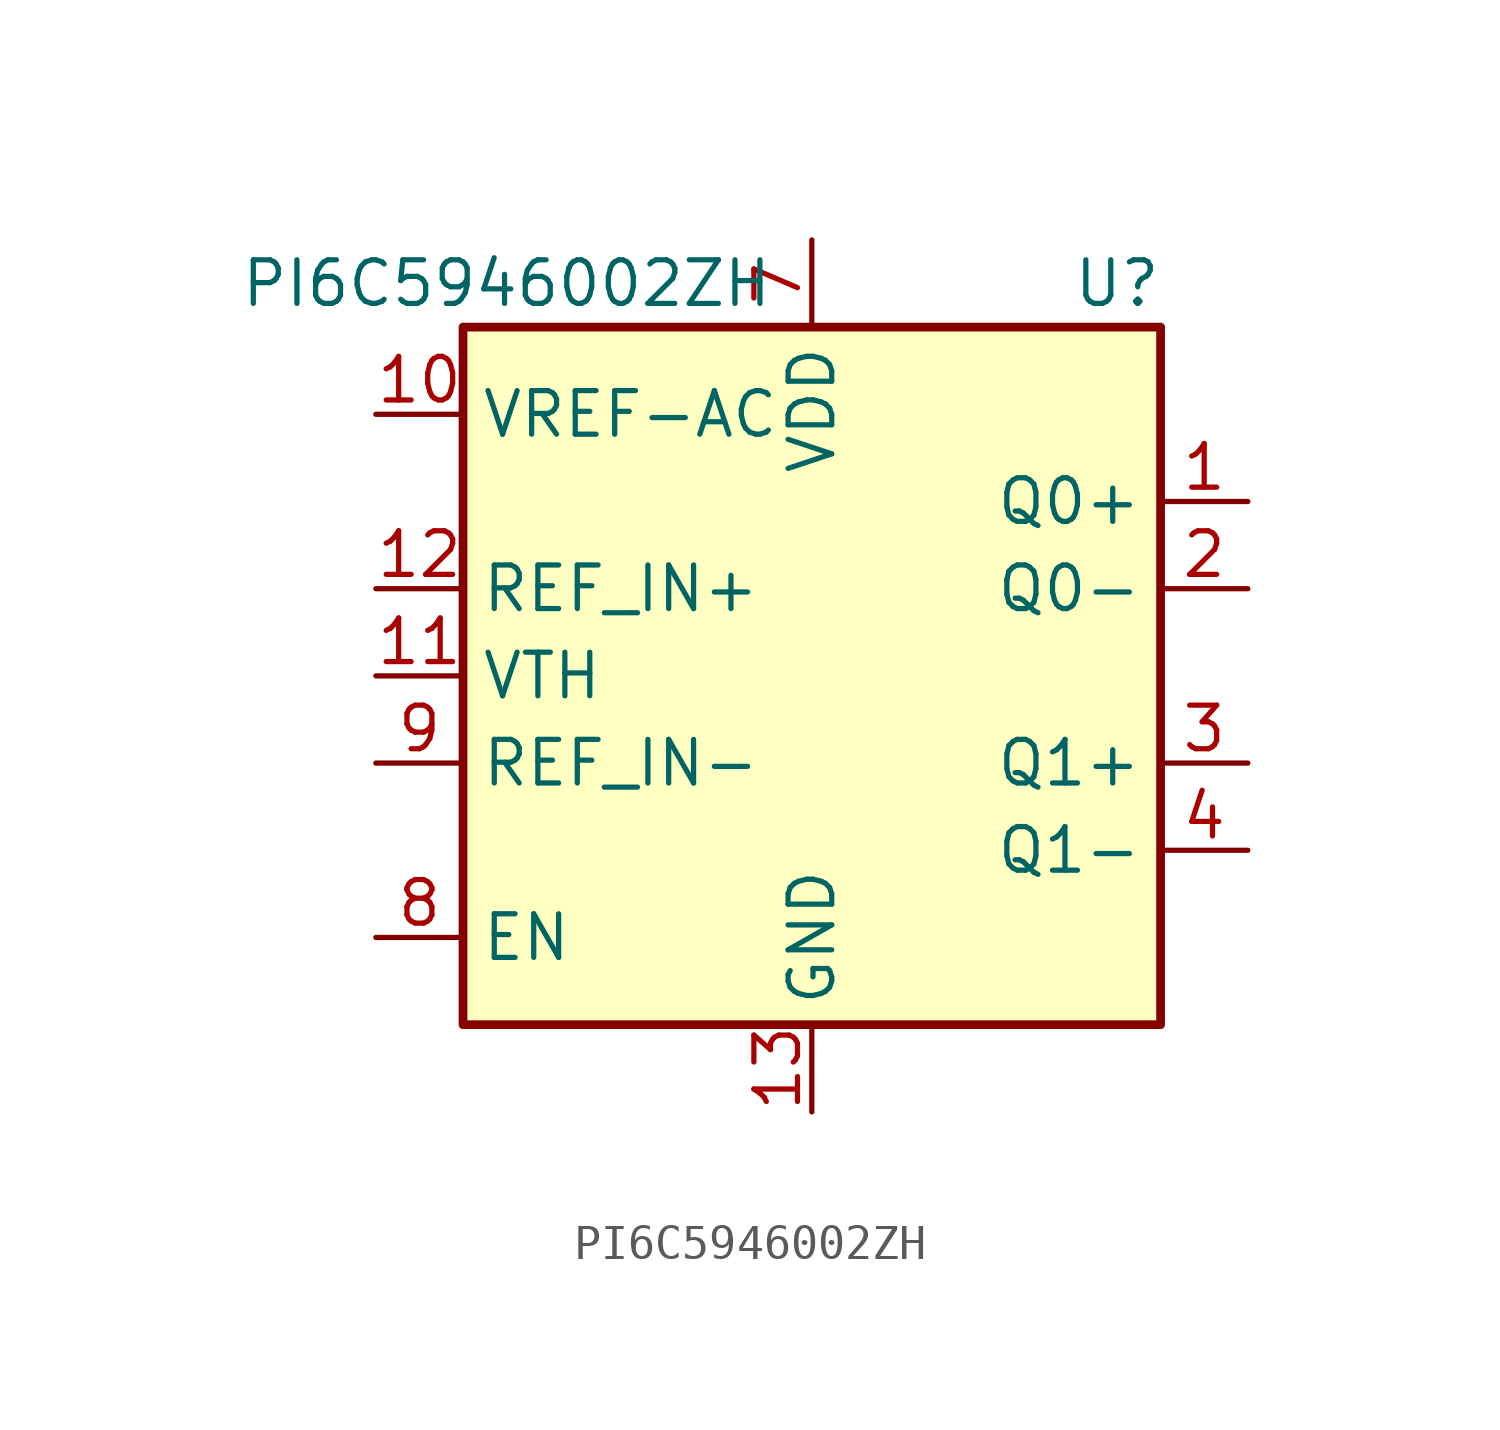
<source format=kicad_sym>
(kicad_symbol_lib
  (version 20241209)
  (generator "kicad_symbol_editor")
  (generator_version "9.0")
  (symbol "PI6C5946002ZH"
    (property "Reference" "U"
      (at 8.89 11.43 0)
      (effects (font (size 1.27 1.27))))
    (property "Value" "PI6C5946002ZH"
      (at -8.89 11.43 0)
      (effects (font (size 1.27 1.27))))
    (symbol "PI6C5946002ZH_0_1"
      (rectangle (start -10.16 10.16) (end 10.16 -10.16) (stroke (width 0.254) (type default)) (fill (type background))))
    (symbol "PI6C5946002ZH_1_1"
      (pin output line (at -12.7 7.62 0) (length 2.54) (name "VREF-AC" (effects (font (size 1.27 1.27)))) (number "10" (effects (font (size 1.27 1.27)))))
      (pin input line (at -12.7 2.54 0) (length 2.54) (name "REF_IN+" (effects (font (size 1.27 1.27)))) (number "12" (effects (font (size 1.27 1.27)))))
      (pin input line (at -12.7 0 0) (length 2.54) (name "VTH" (effects (font (size 1.27 1.27)))) (number "11" (effects (font (size 1.27 1.27)))))
      (pin input line (at -12.7 -2.54 0) (length 2.54) (name "REF_IN-" (effects (font (size 1.27 1.27)))) (number "9" (effects (font (size 1.27 1.27)))))
      (pin input line (at -12.7 -7.62 0) (length 2.54) (name "EN" (effects (font (size 1.27 1.27)))) (number "8" (effects (font (size 1.27 1.27)))))
      (pin no_connect line (at -10.16 5.08 0) (length 2.54) (hide yes) (name "DNC" (effects (font (size 1.27 1.27)))) (number "5" (effects (font (size 1.27 1.27)))))
      (pin no_connect line (at -10.16 -5.08 0) (length 2.54) (hide yes) (name "DNC" (effects (font (size 1.27 1.27)))) (number "6" (effects (font (size 1.27 1.27)))))
      (pin passive line (at 0 12.7 270) (length 2.54) (hide yes) (name "VDD" (effects (font (size 1.27 1.27)))) (number "14" (effects (font (size 1.27 1.27)))))
      (pin power_in line (at 0 12.7 270) (length 2.54) (name "VDD" (effects (font (size 1.27 1.27)))) (number "7" (effects (font (size 1.27 1.27)))))
      (pin power_in line (at 0 -12.7 90) (length 2.54) (name "GND" (effects (font (size 1.27 1.27)))) (number "13" (effects (font (size 1.27 1.27)))))
      (pin passive line (at 0 -12.7 90) (length 2.54) (hide yes) (name "GND" (effects (font (size 1.27 1.27)))) (number "17" (effects (font (size 1.27 1.27)))))
      (pin no_connect line (at 10.16 7.62 180) (length 2.54) (hide yes) (name "DNC" (effects (font (size 1.27 1.27)))) (number "16" (effects (font (size 1.27 1.27)))))
      (pin no_connect line (at 10.16 -7.62 180) (length 2.54) (hide yes) (name "DNC" (effects (font (size 1.27 1.27)))) (number "15" (effects (font (size 1.27 1.27)))))
      (pin output line (at 12.7 5.08 180) (length 2.54) (name "Q0+" (effects (font (size 1.27 1.27)))) (number "1" (effects (font (size 1.27 1.27)))))
      (pin output line (at 12.7 2.54 180) (length 2.54) (name "Q0-" (effects (font (size 1.27 1.27)))) (number "2" (effects (font (size 1.27 1.27)))))
      (pin output line (at 12.7 -2.54 180) (length 2.54) (name "Q1+" (effects (font (size 1.27 1.27)))) (number "3" (effects (font (size 1.27 1.27)))))
      (pin output line (at 12.7 -5.08 180) (length 2.54) (name "Q1-" (effects (font (size 1.27 1.27)))) (number "4" (effects (font (size 1.27 1.27))))))))
</source>
